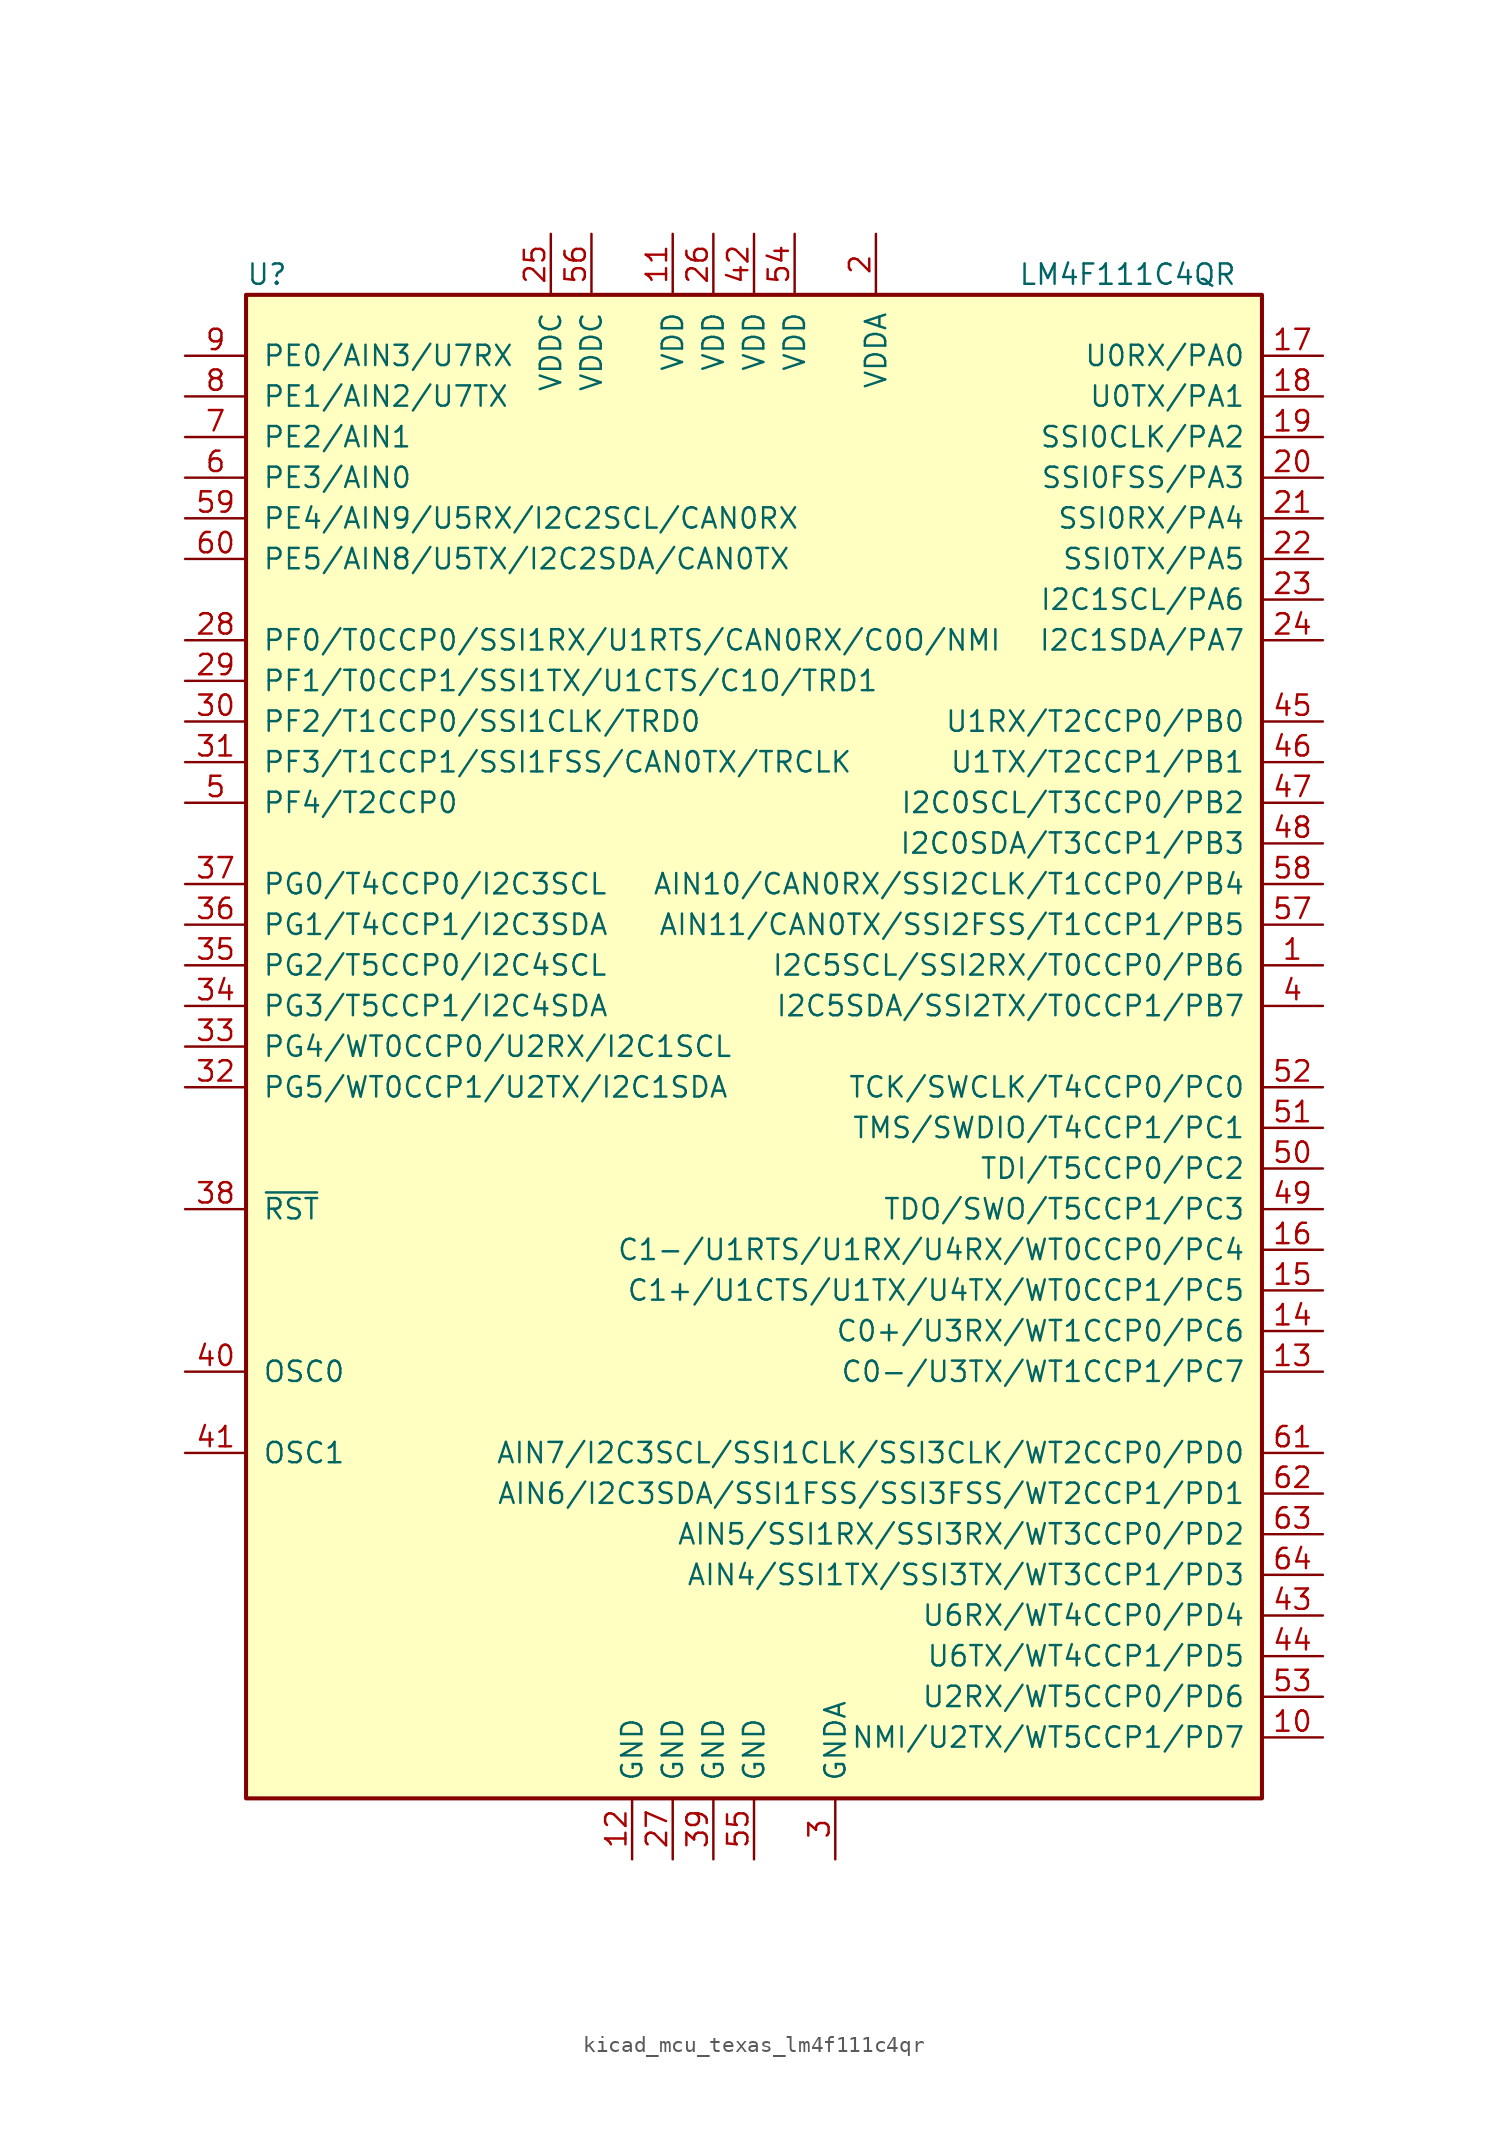
<source format=kicad_sym>
(kicad_symbol_lib
  (version 20220914)
  (generator kicad_symbol_editor)
  (symbol "kicad_mcu_texas_lm4f111c4qr"
    (pin_names
      (offset 1.016))
    (property "Reference" "U"
      (at -31.75 48.26 0)
      (effects (font (size 1.27 1.27)) (justify left)))
    (property "Value" "LM4F111C4QR"
      (at 16.51 48.26 0)
      (effects (font (size 1.27 1.27)) (justify left)))
    (symbol "kicad_mcu_texas_lm4f111c4qr_0_1"
      (rectangle (start -31.75 46.99) (end 31.75 -46.99) (stroke (width 0.254) (type default)) (fill (type background))))
    (symbol "kicad_mcu_texas_lm4f111c4qr_1_1"
      (pin bidirectional line (at 35.56 5.08 180) (length 3.81) (name "I2C5SCL/SSI2RX/T0CCP0/PB6" (effects (font (size 1.27 1.27)))) (number "1" (effects (font (size 1.27 1.27)))))
      (pin bidirectional line (at 35.56 -43.18 180) (length 3.81) (name "NMI/U2TX/WT5CCP1/PD7" (effects (font (size 1.27 1.27)))) (number "10" (effects (font (size 1.27 1.27)))))
      (pin power_in line (at -5.08 50.8 270) (length 3.81) (name "VDD" (effects (font (size 1.27 1.27)))) (number "11" (effects (font (size 1.27 1.27)))))
      (pin power_in line (at -7.62 -50.8 90) (length 3.81) (name "GND" (effects (font (size 1.27 1.27)))) (number "12" (effects (font (size 1.27 1.27)))))
      (pin bidirectional line (at 35.56 -20.32 180) (length 3.81) (name "C0-/U3TX/WT1CCP1/PC7" (effects (font (size 1.27 1.27)))) (number "13" (effects (font (size 1.27 1.27)))))
      (pin bidirectional line (at 35.56 -17.78 180) (length 3.81) (name "C0+/U3RX/WT1CCP0/PC6" (effects (font (size 1.27 1.27)))) (number "14" (effects (font (size 1.27 1.27)))))
      (pin bidirectional line (at 35.56 -15.24 180) (length 3.81) (name "C1+/U1CTS/U1TX/U4TX/WT0CCP1/PC5" (effects (font (size 1.27 1.27)))) (number "15" (effects (font (size 1.27 1.27)))))
      (pin bidirectional line (at 35.56 -12.7 180) (length 3.81) (name "C1-/U1RTS/U1RX/U4RX/WT0CCP0/PC4" (effects (font (size 1.27 1.27)))) (number "16" (effects (font (size 1.27 1.27)))))
      (pin bidirectional line (at 35.56 43.18 180) (length 3.81) (name "U0RX/PA0" (effects (font (size 1.27 1.27)))) (number "17" (effects (font (size 1.27 1.27)))))
      (pin bidirectional line (at 35.56 40.64 180) (length 3.81) (name "U0TX/PA1" (effects (font (size 1.27 1.27)))) (number "18" (effects (font (size 1.27 1.27)))))
      (pin bidirectional line (at 35.56 38.1 180) (length 3.81) (name "SSI0CLK/PA2" (effects (font (size 1.27 1.27)))) (number "19" (effects (font (size 1.27 1.27)))))
      (pin power_in line (at 7.62 50.8 270) (length 3.81) (name "VDDA" (effects (font (size 1.27 1.27)))) (number "2" (effects (font (size 1.27 1.27)))))
      (pin bidirectional line (at 35.56 35.56 180) (length 3.81) (name "SSI0FSS/PA3" (effects (font (size 1.27 1.27)))) (number "20" (effects (font (size 1.27 1.27)))))
      (pin bidirectional line (at 35.56 33.02 180) (length 3.81) (name "SSI0RX/PA4" (effects (font (size 1.27 1.27)))) (number "21" (effects (font (size 1.27 1.27)))))
      (pin bidirectional line (at 35.56 30.48 180) (length 3.81) (name "SSI0TX/PA5" (effects (font (size 1.27 1.27)))) (number "22" (effects (font (size 1.27 1.27)))))
      (pin bidirectional line (at 35.56 27.94 180) (length 3.81) (name "I2C1SCL/PA6" (effects (font (size 1.27 1.27)))) (number "23" (effects (font (size 1.27 1.27)))))
      (pin bidirectional line (at 35.56 25.4 180) (length 3.81) (name "I2C1SDA/PA7" (effects (font (size 1.27 1.27)))) (number "24" (effects (font (size 1.27 1.27)))))
      (pin power_in line (at -12.7 50.8 270) (length 3.81) (name "VDDC" (effects (font (size 1.27 1.27)))) (number "25" (effects (font (size 1.27 1.27)))))
      (pin power_in line (at -2.54 50.8 270) (length 3.81) (name "VDD" (effects (font (size 1.27 1.27)))) (number "26" (effects (font (size 1.27 1.27)))))
      (pin power_in line (at -5.08 -50.8 90) (length 3.81) (name "GND" (effects (font (size 1.27 1.27)))) (number "27" (effects (font (size 1.27 1.27)))))
      (pin bidirectional line (at -35.56 25.4 0) (length 3.81) (name "PF0/T0CCP0/SSI1RX/U1RTS/CAN0RX/C0O/NMI" (effects (font (size 1.27 1.27)))) (number "28" (effects (font (size 1.27 1.27)))))
      (pin bidirectional line (at -35.56 22.86 0) (length 3.81) (name "PF1/T0CCP1/SSI1TX/U1CTS/C1O/TRD1" (effects (font (size 1.27 1.27)))) (number "29" (effects (font (size 1.27 1.27)))))
      (pin power_in line (at 5.08 -50.8 90) (length 3.81) (name "GNDA" (effects (font (size 1.27 1.27)))) (number "3" (effects (font (size 1.27 1.27)))))
      (pin bidirectional line (at -35.56 20.32 0) (length 3.81) (name "PF2/T1CCP0/SSI1CLK/TRD0" (effects (font (size 1.27 1.27)))) (number "30" (effects (font (size 1.27 1.27)))))
      (pin bidirectional line (at -35.56 17.78 0) (length 3.81) (name "PF3/T1CCP1/SSI1FSS/CAN0TX/TRCLK" (effects (font (size 1.27 1.27)))) (number "31" (effects (font (size 1.27 1.27)))))
      (pin bidirectional line (at -35.56 -2.54 0) (length 3.81) (name "PG5/WT0CCP1/U2TX/I2C1SDA" (effects (font (size 1.27 1.27)))) (number "32" (effects (font (size 1.27 1.27)))))
      (pin bidirectional line (at -35.56 0 0) (length 3.81) (name "PG4/WT0CCP0/U2RX/I2C1SCL" (effects (font (size 1.27 1.27)))) (number "33" (effects (font (size 1.27 1.27)))))
      (pin bidirectional line (at -35.56 2.54 0) (length 3.81) (name "PG3/T5CCP1/I2C4SDA" (effects (font (size 1.27 1.27)))) (number "34" (effects (font (size 1.27 1.27)))))
      (pin bidirectional line (at -35.56 5.08 0) (length 3.81) (name "PG2/T5CCP0/I2C4SCL" (effects (font (size 1.27 1.27)))) (number "35" (effects (font (size 1.27 1.27)))))
      (pin bidirectional line (at -35.56 7.62 0) (length 3.81) (name "PG1/T4CCP1/I2C3SDA" (effects (font (size 1.27 1.27)))) (number "36" (effects (font (size 1.27 1.27)))))
      (pin bidirectional line (at -35.56 10.16 0) (length 3.81) (name "PG0/T4CCP0/I2C3SCL" (effects (font (size 1.27 1.27)))) (number "37" (effects (font (size 1.27 1.27)))))
      (pin input line (at -35.56 -10.16 0) (length 3.81) (name "~{RST}" (effects (font (size 1.27 1.27)))) (number "38" (effects (font (size 1.27 1.27)))))
      (pin power_in line (at -2.54 -50.8 90) (length 3.81) (name "GND" (effects (font (size 1.27 1.27)))) (number "39" (effects (font (size 1.27 1.27)))))
      (pin bidirectional line (at 35.56 2.54 180) (length 3.81) (name "I2C5SDA/SSI2TX/T0CCP1/PB7" (effects (font (size 1.27 1.27)))) (number "4" (effects (font (size 1.27 1.27)))))
      (pin passive line (at -35.56 -20.32 0) (length 3.81) (name "OSC0" (effects (font (size 1.27 1.27)))) (number "40" (effects (font (size 1.27 1.27)))))
      (pin passive line (at -35.56 -25.4 0) (length 3.81) (name "OSC1" (effects (font (size 1.27 1.27)))) (number "41" (effects (font (size 1.27 1.27)))))
      (pin power_in line (at 0 50.8 270) (length 3.81) (name "VDD" (effects (font (size 1.27 1.27)))) (number "42" (effects (font (size 1.27 1.27)))))
      (pin bidirectional line (at 35.56 -35.56 180) (length 3.81) (name "U6RX/WT4CCP0/PD4" (effects (font (size 1.27 1.27)))) (number "43" (effects (font (size 1.27 1.27)))))
      (pin bidirectional line (at 35.56 -38.1 180) (length 3.81) (name "U6TX/WT4CCP1/PD5" (effects (font (size 1.27 1.27)))) (number "44" (effects (font (size 1.27 1.27)))))
      (pin bidirectional line (at 35.56 20.32 180) (length 3.81) (name "U1RX/T2CCP0/PB0" (effects (font (size 1.27 1.27)))) (number "45" (effects (font (size 1.27 1.27)))))
      (pin bidirectional line (at 35.56 17.78 180) (length 3.81) (name "U1TX/T2CCP1/PB1" (effects (font (size 1.27 1.27)))) (number "46" (effects (font (size 1.27 1.27)))))
      (pin bidirectional line (at 35.56 15.24 180) (length 3.81) (name "I2C0SCL/T3CCP0/PB2" (effects (font (size 1.27 1.27)))) (number "47" (effects (font (size 1.27 1.27)))))
      (pin bidirectional line (at 35.56 12.7 180) (length 3.81) (name "I2C0SDA/T3CCP1/PB3" (effects (font (size 1.27 1.27)))) (number "48" (effects (font (size 1.27 1.27)))))
      (pin bidirectional line (at 35.56 -10.16 180) (length 3.81) (name "TDO/SWO/T5CCP1/PC3" (effects (font (size 1.27 1.27)))) (number "49" (effects (font (size 1.27 1.27)))))
      (pin bidirectional line (at -35.56 15.24 0) (length 3.81) (name "PF4/T2CCP0" (effects (font (size 1.27 1.27)))) (number "5" (effects (font (size 1.27 1.27)))))
      (pin bidirectional line (at 35.56 -7.62 180) (length 3.81) (name "TDI/T5CCP0/PC2" (effects (font (size 1.27 1.27)))) (number "50" (effects (font (size 1.27 1.27)))))
      (pin bidirectional line (at 35.56 -5.08 180) (length 3.81) (name "TMS/SWDIO/T4CCP1/PC1" (effects (font (size 1.27 1.27)))) (number "51" (effects (font (size 1.27 1.27)))))
      (pin bidirectional line (at 35.56 -2.54 180) (length 3.81) (name "TCK/SWCLK/T4CCP0/PC0" (effects (font (size 1.27 1.27)))) (number "52" (effects (font (size 1.27 1.27)))))
      (pin bidirectional line (at 35.56 -40.64 180) (length 3.81) (name "U2RX/WT5CCP0/PD6" (effects (font (size 1.27 1.27)))) (number "53" (effects (font (size 1.27 1.27)))))
      (pin power_in line (at 2.54 50.8 270) (length 3.81) (name "VDD" (effects (font (size 1.27 1.27)))) (number "54" (effects (font (size 1.27 1.27)))))
      (pin power_in line (at 0 -50.8 90) (length 3.81) (name "GND" (effects (font (size 1.27 1.27)))) (number "55" (effects (font (size 1.27 1.27)))))
      (pin power_in line (at -10.16 50.8 270) (length 3.81) (name "VDDC" (effects (font (size 1.27 1.27)))) (number "56" (effects (font (size 1.27 1.27)))))
      (pin bidirectional line (at 35.56 7.62 180) (length 3.81) (name "AIN11/CAN0TX/SSI2FSS/T1CCP1/PB5" (effects (font (size 1.27 1.27)))) (number "57" (effects (font (size 1.27 1.27)))))
      (pin bidirectional line (at 35.56 10.16 180) (length 3.81) (name "AIN10/CAN0RX/SSI2CLK/T1CCP0/PB4" (effects (font (size 1.27 1.27)))) (number "58" (effects (font (size 1.27 1.27)))))
      (pin bidirectional line (at -35.56 33.02 0) (length 3.81) (name "PE4/AIN9/U5RX/I2C2SCL/CAN0RX" (effects (font (size 1.27 1.27)))) (number "59" (effects (font (size 1.27 1.27)))))
      (pin bidirectional line (at -35.56 35.56 0) (length 3.81) (name "PE3/AIN0" (effects (font (size 1.27 1.27)))) (number "6" (effects (font (size 1.27 1.27)))))
      (pin bidirectional line (at -35.56 30.48 0) (length 3.81) (name "PE5/AIN8/U5TX/I2C2SDA/CAN0TX" (effects (font (size 1.27 1.27)))) (number "60" (effects (font (size 1.27 1.27)))))
      (pin bidirectional line (at 35.56 -25.4 180) (length 3.81) (name "AIN7/I2C3SCL/SSI1CLK/SSI3CLK/WT2CCP0/PD0" (effects (font (size 1.27 1.27)))) (number "61" (effects (font (size 1.27 1.27)))))
      (pin bidirectional line (at 35.56 -27.94 180) (length 3.81) (name "AIN6/I2C3SDA/SSI1FSS/SSI3FSS/WT2CCP1/PD1" (effects (font (size 1.27 1.27)))) (number "62" (effects (font (size 1.27 1.27)))))
      (pin bidirectional line (at 35.56 -30.48 180) (length 3.81) (name "AIN5/SSI1RX/SSI3RX/WT3CCP0/PD2" (effects (font (size 1.27 1.27)))) (number "63" (effects (font (size 1.27 1.27)))))
      (pin bidirectional line (at 35.56 -33.02 180) (length 3.81) (name "AIN4/SSI1TX/SSI3TX/WT3CCP1/PD3" (effects (font (size 1.27 1.27)))) (number "64" (effects (font (size 1.27 1.27)))))
      (pin bidirectional line (at -35.56 38.1 0) (length 3.81) (name "PE2/AIN1" (effects (font (size 1.27 1.27)))) (number "7" (effects (font (size 1.27 1.27)))))
      (pin bidirectional line (at -35.56 40.64 0) (length 3.81) (name "PE1/AIN2/U7TX" (effects (font (size 1.27 1.27)))) (number "8" (effects (font (size 1.27 1.27)))))
      (pin bidirectional line (at -35.56 43.18 0) (length 3.81) (name "PE0/AIN3/U7RX" (effects (font (size 1.27 1.27)))) (number "9" (effects (font (size 1.27 1.27))))))))
</source>
